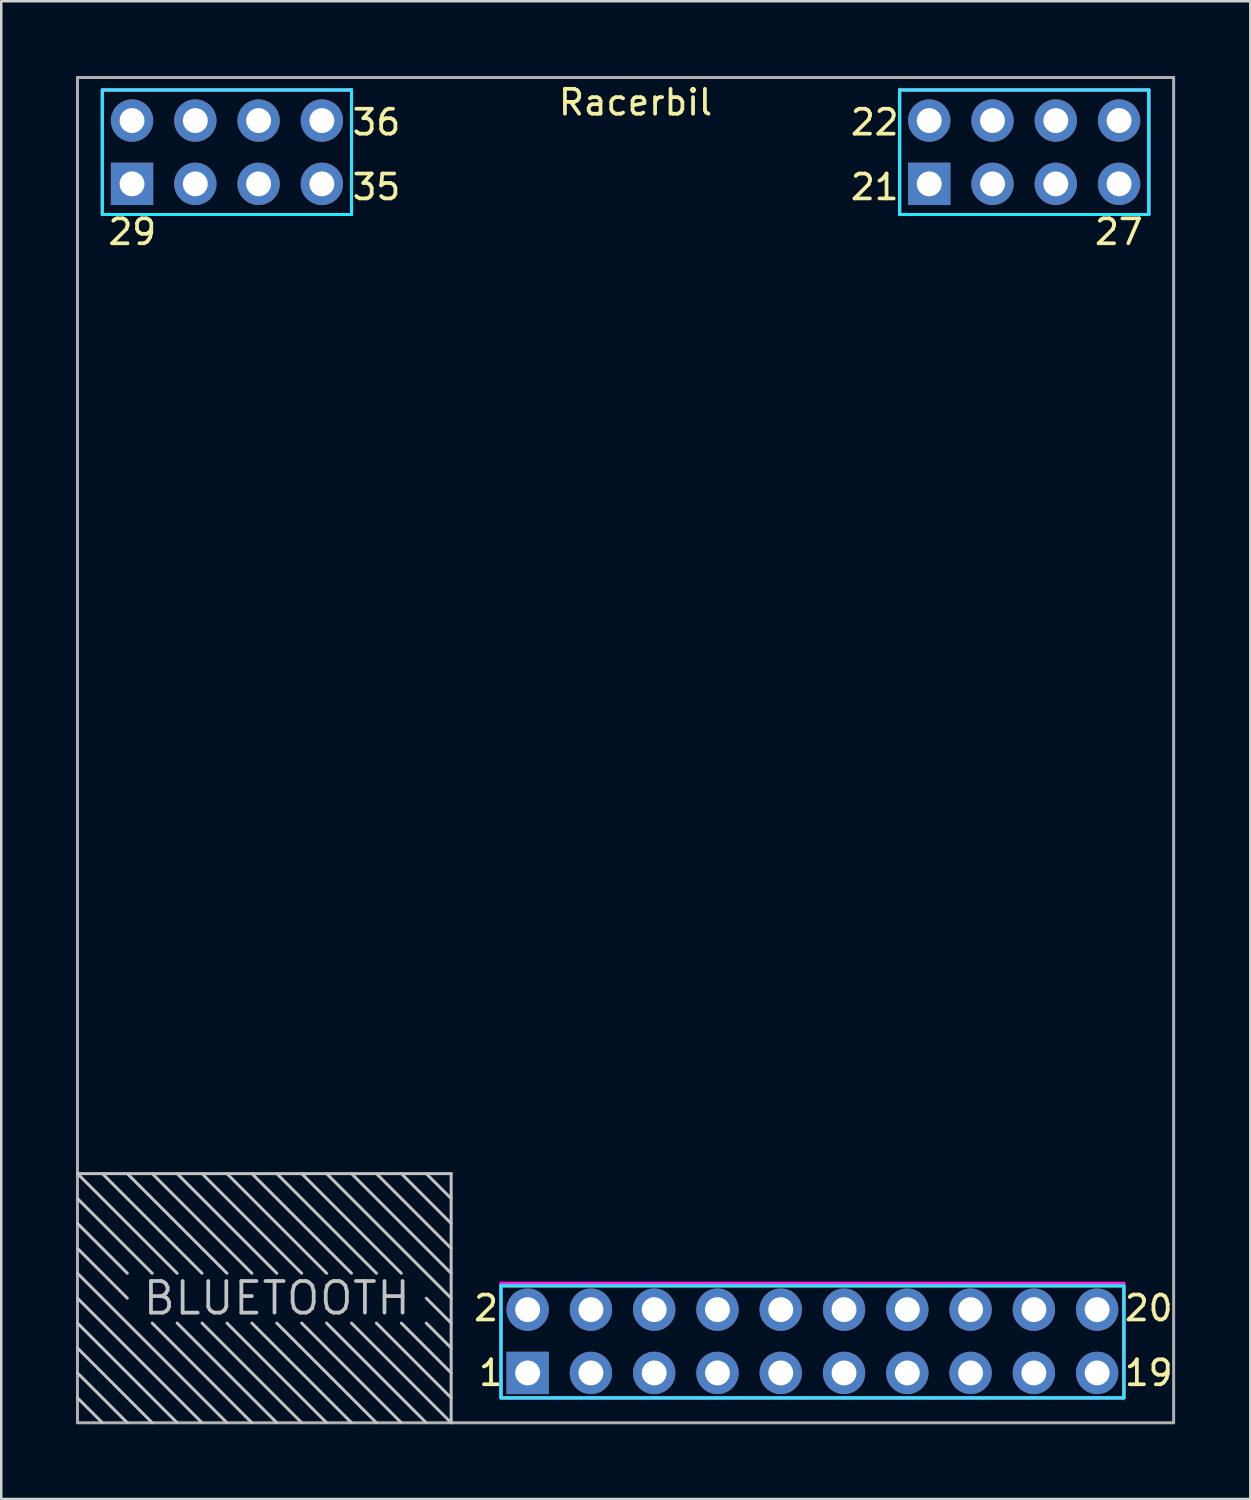
<source format=kicad_pcb>
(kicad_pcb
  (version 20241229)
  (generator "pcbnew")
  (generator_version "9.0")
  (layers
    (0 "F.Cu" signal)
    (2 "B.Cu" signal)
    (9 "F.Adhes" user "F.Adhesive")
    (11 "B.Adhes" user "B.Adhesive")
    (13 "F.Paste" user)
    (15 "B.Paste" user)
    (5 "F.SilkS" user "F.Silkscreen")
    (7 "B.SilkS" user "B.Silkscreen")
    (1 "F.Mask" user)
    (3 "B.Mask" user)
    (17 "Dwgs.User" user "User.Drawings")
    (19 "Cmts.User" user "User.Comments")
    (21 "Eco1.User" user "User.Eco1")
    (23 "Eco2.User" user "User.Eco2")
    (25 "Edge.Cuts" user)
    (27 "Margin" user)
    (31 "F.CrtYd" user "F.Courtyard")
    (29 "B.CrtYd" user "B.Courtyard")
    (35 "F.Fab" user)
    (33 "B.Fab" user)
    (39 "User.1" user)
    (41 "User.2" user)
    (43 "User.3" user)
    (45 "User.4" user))
  (footprint "Racerbil"
    (layer "F.Cu")
    (at 22.06 27.06)
    (property "Reference" "Racerbil" (at 0.4 -26 0) (layer "F.SilkS") (effects (font (size 1 1) (thickness 0.15))))
    (attr through_hole)
    (fp_line (start -21 -26.5) (end -11 -26.5) (stroke (width 0.12) (type solid)) (layer "F.SilkS"))
    (fp_line (start -21 -21.5) (end -21 -26.5) (stroke (width 0.12) (type solid)) (layer "F.SilkS"))
    (fp_line (start -11 -26.5) (end -11 -21.5) (stroke (width 0.12) (type solid)) (layer "F.SilkS"))
    (fp_line (start -11 -21.5) (end -21 -21.5) (stroke (width 0.12) (type solid)) (layer "F.SilkS"))
    (fp_line (start -5 21.5) (end 20 21.5) (stroke (width 0.12) (type solid)) (layer "F.SilkS"))
    (fp_line (start -5 26) (end -5 21.5) (stroke (width 0.12) (type solid)) (layer "F.SilkS"))
    (fp_line (start 11 -26.5) (end 21 -26.5) (stroke (width 0.12) (type solid)) (layer "F.SilkS"))
    (fp_line (start 11 -21.5) (end 11 -26.5) (stroke (width 0.12) (type solid)) (layer "F.SilkS"))
    (fp_line (start 20 21.5) (end 20 26) (stroke (width 0.12) (type solid)) (layer "F.SilkS"))
    (fp_line (start 20 26) (end -5 26) (stroke (width 0.12) (type solid)) (layer "F.SilkS"))
    (fp_line (start 21 -26.5) (end 21 -21.5) (stroke (width 0.12) (type solid)) (layer "F.SilkS"))
    (fp_line (start 21 -21.5) (end 11 -21.5) (stroke (width 0.12) (type solid)) (layer "F.SilkS"))
    (fp_line (start -21 -26.5) (end -11 -26.5) (stroke (width 0.12) (type solid)) (layer "B.SilkS"))
    (fp_line (start -21 -21.5) (end -21 -26.5) (stroke (width 0.12) (type solid)) (layer "B.SilkS"))
    (fp_line (start -11 -26.5) (end -11 -21.5) (stroke (width 0.12) (type solid)) (layer "B.SilkS"))
    (fp_line (start -11 -21.5) (end -21 -21.5) (stroke (width 0.12) (type solid)) (layer "B.SilkS"))
    (fp_line (start -5 21.5) (end -5 26) (stroke (width 0.12) (type solid)) (layer "B.SilkS"))
    (fp_line (start -5 26) (end 20 26) (stroke (width 0.12) (type solid)) (layer "B.SilkS"))
    (fp_line (start 11 -26.5) (end 21 -26.5) (stroke (width 0.12) (type solid)) (layer "B.SilkS"))
    (fp_line (start 11 -21.5) (end 11 -26.5) (stroke (width 0.12) (type solid)) (layer "B.SilkS"))
    (fp_line (start 20 21.5) (end -5 21.5) (stroke (width 0.12) (type solid)) (layer "B.SilkS"))
    (fp_line (start 20 26) (end 20 21.5) (stroke (width 0.12) (type solid)) (layer "B.SilkS"))
    (fp_line (start 21 -26.5) (end 21 -21.5) (stroke (width 0.12) (type solid)) (layer "B.SilkS"))
    (fp_line (start 21 -21.5) (end 11 -21.5) (stroke (width 0.12) (type solid)) (layer "B.SilkS"))
    (fp_line (start -22 20) (end -20 22) (stroke (width 0.12) (type solid)) (layer "Dwgs.User"))
    (fp_line (start -22 21) (end -16 27) (stroke (width 0.12) (type solid)) (layer "Dwgs.User"))
    (fp_line (start -22 23) (end -18 27) (stroke (width 0.12) (type solid)) (layer "Dwgs.User"))
    (fp_line (start -22 25) (end -20 27) (stroke (width 0.12) (type solid)) (layer "Dwgs.User"))
    (fp_line (start -21 17) (end -17 21) (stroke (width 0.12) (type solid)) (layer "Dwgs.User"))
    (fp_line (start -21 27) (end -22 26) (stroke (width 0.12) (type solid)) (layer "Dwgs.User"))
    (fp_line (start -20 17) (end -16 21) (stroke (width 0.12) (type solid)) (layer "Dwgs.User"))
    (fp_line (start -20 21) (end -22 19) (stroke (width 0.12) (type solid)) (layer "Dwgs.User"))
    (fp_line (start -19 17) (end -15 21) (stroke (width 0.12) (type solid)) (layer "Dwgs.User"))
    (fp_line (start -19 21) (end -22 18) (stroke (width 0.12) (type solid)) (layer "Dwgs.User"))
    (fp_line (start -19 27) (end -22 24) (stroke (width 0.12) (type solid)) (layer "Dwgs.User"))
    (fp_line (start -18 17) (end -14 21) (stroke (width 0.12) (type solid)) (layer "Dwgs.User"))
    (fp_line (start -18 21) (end -22 17) (stroke (width 0.12) (type solid)) (layer "Dwgs.User"))
    (fp_line (start -18 23) (end -14 27) (stroke (width 0.12) (type solid)) (layer "Dwgs.User"))
    (fp_line (start -17 17) (end -13 21) (stroke (width 0.12) (type solid)) (layer "Dwgs.User"))
    (fp_line (start -17 23) (end -13 27) (stroke (width 0.12) (type solid)) (layer "Dwgs.User"))
    (fp_line (start -17 27) (end -22 22) (stroke (width 0.12) (type solid)) (layer "Dwgs.User"))
    (fp_line (start -16 17) (end -12 21) (stroke (width 0.12) (type solid)) (layer "Dwgs.User"))
    (fp_line (start -16 23) (end -12 27) (stroke (width 0.12) (type solid)) (layer "Dwgs.User"))
    (fp_line (start -15 17) (end -11 21) (stroke (width 0.12) (type solid)) (layer "Dwgs.User"))
    (fp_line (start -15 23) (end -11 27) (stroke (width 0.12) (type solid)) (layer "Dwgs.User"))
    (fp_line (start -15 27) (end -19 23) (stroke (width 0.12) (type solid)) (layer "Dwgs.User"))
    (fp_line (start -14 17) (end -10 21) (stroke (width 0.12) (type solid)) (layer "Dwgs.User"))
    (fp_line (start -14 23) (end -10 27) (stroke (width 0.12) (type solid)) (layer "Dwgs.User"))
    (fp_line (start -13 17) (end -9 21) (stroke (width 0.12) (type solid)) (layer "Dwgs.User"))
    (fp_line (start -13 23) (end -9 27) (stroke (width 0.12) (type solid)) (layer "Dwgs.User"))
    (fp_line (start -12 17) (end -7 22) (stroke (width 0.12) (type solid)) (layer "Dwgs.User"))
    (fp_line (start -12 23) (end -8 27) (stroke (width 0.12) (type solid)) (layer "Dwgs.User"))
    (fp_line (start -11 17) (end -7 21) (stroke (width 0.12) (type solid)) (layer "Dwgs.User"))
    (fp_line (start -11 23) (end -7 27) (stroke (width 0.12) (type solid)) (layer "Dwgs.User"))
    (fp_line (start -10 17) (end -7 20) (stroke (width 0.12) (type solid)) (layer "Dwgs.User"))
    (fp_line (start -10 23) (end -7 26) (stroke (width 0.12) (type solid)) (layer "Dwgs.User"))
    (fp_line (start -9 17) (end -7 19) (stroke (width 0.12) (type solid)) (layer "Dwgs.User"))
    (fp_line (start -9 23) (end -7 25) (stroke (width 0.12) (type solid)) (layer "Dwgs.User"))
    (fp_line (start -8 17) (end -7 18) (stroke (width 0.12) (type solid)) (layer "Dwgs.User"))
    (fp_line (start -8 22) (end -7 23) (stroke (width 0.12) (type solid)) (layer "Dwgs.User"))
    (fp_line (start -8 23) (end -7 24) (stroke (width 0.12) (type solid)) (layer "Dwgs.User"))
    (fp_line (start -7 17) (end -22 17) (stroke (width 0.12) (type solid)) (layer "Dwgs.User"))
    (fp_line (start -7 27) (end -7 17) (stroke (width 0.12) (type solid)) (layer "Dwgs.User"))
    (fp_line (start -21 -26.5) (end -21 -21.5) (stroke (width 0.12) (type solid)) (layer "B.CrtYd"))
    (fp_line (start -21 -21.5) (end -11 -21.5) (stroke (width 0.12) (type solid)) (layer "B.CrtYd"))
    (fp_line (start -11 -26.5) (end -21 -26.5) (stroke (width 0.12) (type solid)) (layer "B.CrtYd"))
    (fp_line (start -11 -21.5) (end -11 -26.5) (stroke (width 0.12) (type solid)) (layer "B.CrtYd"))
    (fp_line (start -5 21.5) (end -5 26) (stroke (width 0.12) (type solid)) (layer "B.CrtYd"))
    (fp_line (start -5 26) (end 20 26) (stroke (width 0.12) (type solid)) (layer "B.CrtYd"))
    (fp_line (start 11 -26.5) (end 21 -26.5) (stroke (width 0.12) (type solid)) (layer "B.CrtYd"))
    (fp_line (start 11 -21.5) (end 11 -26.5) (stroke (width 0.12) (type solid)) (layer "B.CrtYd"))
    (fp_line (start 20 21.5) (end -5 21.5) (stroke (width 0.12) (type solid)) (layer "B.CrtYd"))
    (fp_line (start 20 26) (end 20 21.5) (stroke (width 0.12) (type solid)) (layer "B.CrtYd"))
    (fp_line (start 21 -26.5) (end 21 -21.5) (stroke (width 0.12) (type solid)) (layer "B.CrtYd"))
    (fp_line (start 21 -21.5) (end 11 -21.5) (stroke (width 0.12) (type solid)) (layer "B.CrtYd"))
    (fp_line (start -21 -26.5) (end -21 -21.5) (stroke (width 0.12) (type solid)) (layer "F.CrtYd"))
    (fp_line (start -21 -21.5) (end -11 -21.5) (stroke (width 0.12) (type solid)) (layer "F.CrtYd"))
    (fp_line (start -11 -26.5) (end -21 -26.5) (stroke (width 0.12) (type solid)) (layer "F.CrtYd"))
    (fp_line (start -11 -21.5) (end -11 -26.5) (stroke (width 0.12) (type solid)) (layer "F.CrtYd"))
    (fp_line (start -5 26) (end -5 21.4) (stroke (width 0.12) (type solid)) (layer "F.CrtYd"))
    (fp_line (start -5 26) (end 20 26) (stroke (width 0.12) (type solid)) (layer "F.CrtYd"))
    (fp_line (start 11 -26.5) (end 21 -26.5) (stroke (width 0.12) (type solid)) (layer "F.CrtYd"))
    (fp_line (start 11 -21.5) (end 11 -26.5) (stroke (width 0.12) (type solid)) (layer "F.CrtYd"))
    (fp_line (start 20 21.4) (end -5 21.4) (stroke (width 0.12) (type solid)) (layer "F.CrtYd"))
    (fp_line (start 20 26) (end 20 21.4) (stroke (width 0.12) (type solid)) (layer "F.CrtYd"))
    (fp_line (start 21 -26.5) (end 21 -21.5) (stroke (width 0.12) (type solid)) (layer "F.CrtYd"))
    (fp_line (start 21 -21.5) (end 11 -21.5) (stroke (width 0.12) (type solid)) (layer "F.CrtYd"))
    (fp_line (start -21 -26.5) (end -21 -21.5) (stroke (width 0.12) (type solid)) (layer "B.Fab"))
    (fp_line (start -21 -21.5) (end -11 -21.5) (stroke (width 0.12) (type solid)) (layer "B.Fab"))
    (fp_line (start -11 -26.5) (end -21 -26.5) (stroke (width 0.12) (type solid)) (layer "B.Fab"))
    (fp_line (start -11 -21.5) (end -11 -26.5) (stroke (width 0.12) (type solid)) (layer "B.Fab"))
    (fp_line (start -5 21.5) (end -5 26) (stroke (width 0.12) (type solid)) (layer "B.Fab"))
    (fp_line (start -5 26) (end 20 26) (stroke (width 0.12) (type solid)) (layer "B.Fab"))
    (fp_line (start 11 -26.5) (end 11 -21.5) (stroke (width 0.12) (type solid)) (layer "B.Fab"))
    (fp_line (start 11 -21.5) (end 21 -21.5) (stroke (width 0.12) (type solid)) (layer "B.Fab"))
    (fp_line (start 20 21.5) (end -5 21.5) (stroke (width 0.12) (type solid)) (layer "B.Fab"))
    (fp_line (start 20 26) (end 20 21.5) (stroke (width 0.12) (type solid)) (layer "B.Fab"))
    (fp_line (start 21 -26.5) (end 11 -26.5) (stroke (width 0.12) (type solid)) (layer "B.Fab"))
    (fp_line (start 21 -21.5) (end 21 -26.5) (stroke (width 0.12) (type solid)) (layer "B.Fab"))
    (fp_line (start -22 -27) (end 22 -27) (stroke (width 0.12) (type solid)) (layer "F.Fab"))
    (fp_line (start -22 27) (end -22 -27) (stroke (width 0.12) (type solid)) (layer "F.Fab"))
    (fp_line (start -21 -26.5) (end -21 -21.5) (stroke (width 0.12) (type solid)) (layer "F.Fab"))
    (fp_line (start -21 -21.5) (end -11 -21.5) (stroke (width 0.12) (type solid)) (layer "F.Fab"))
    (fp_line (start -11 -26.5) (end -21 -26.5) (stroke (width 0.12) (type solid)) (layer "F.Fab"))
    (fp_line (start -11 -21.5) (end -11 -26.5) (stroke (width 0.12) (type solid)) (layer "F.Fab"))
    (fp_line (start -5 21.5) (end -5 26) (stroke (width 0.12) (type solid)) (layer "F.Fab"))
    (fp_line (start -5 26) (end 20 26) (stroke (width 0.12) (type solid)) (layer "F.Fab"))
    (fp_line (start 11 -26.5) (end 11 -21.5) (stroke (width 0.12) (type solid)) (layer "F.Fab"))
    (fp_line (start 11 -21.5) (end 21 -21.5) (stroke (width 0.12) (type solid)) (layer "F.Fab"))
    (fp_line (start 20 21.5) (end -5 21.5) (stroke (width 0.12) (type solid)) (layer "F.Fab"))
    (fp_line (start 20 26) (end 20 21.5) (stroke (width 0.12) (type solid)) (layer "F.Fab"))
    (fp_line (start 21 -26.5) (end 11 -26.5) (stroke (width 0.12) (type solid)) (layer "F.Fab"))
    (fp_line (start 21 -21.5) (end 21 -26.5) (stroke (width 0.12) (type solid)) (layer "F.Fab"))
    (fp_line (start 22 -27) (end 22 27) (stroke (width 0.12) (type solid)) (layer "F.Fab"))
    (fp_line (start 22 27) (end -22 27) (stroke (width 0.12) (type solid)) (layer "F.Fab"))
    (fp_text user "2" (at -5.6 22.4 0) (layer "F.SilkS") (effects (font (size 1 1) (thickness 0.15))))
    (fp_text user "19" (at 21 25 0) (layer "F.SilkS") (effects (font (size 1 1) (thickness 0.15))))
    (fp_text user "35" (at -10 -22.6 0) (layer "F.SilkS") (effects (font (size 1 1) (thickness 0.15))))
    (fp_text user "20" (at 21 22.4 0) (layer "F.SilkS") (effects (font (size 1 1) (thickness 0.15))))
    (fp_text user "29" (at -19.8 -20.8 0) (layer "F.SilkS") (effects (font (size 1 1) (thickness 0.15))))
    (fp_text user "36" (at -10 -25.2 0) (layer "F.SilkS") (effects (font (size 1 1) (thickness 0.15))))
    (fp_text user "22" (at 10 -25.2 0) (layer "F.SilkS") (effects (font (size 1 1) (thickness 0.15))))
    (fp_text user "27" (at 19.8 -20.8 0) (layer "F.SilkS") (effects (font (size 1 1) (thickness 0.15))))
    (fp_text user "1" (at -5.4 25 0) (layer "F.SilkS") (effects (font (size 1 1) (thickness 0.15))))
    (fp_text user "21" (at 10 -22.6 0) (layer "F.SilkS") (effects (font (size 1 1) (thickness 0.15))))
    (fp_text user "BLUETOOTH" (at -14 22 0) (layer "Dwgs.User") (effects (font (size 1.27 1.27) (thickness 0.15))))
    (pad "1" thru_hole rect (at -3.93 25) (size 1.7 1.7) (drill 1) (layers "*.Cu" "*.Mask"))
    (pad "2" thru_hole circle (at -3.93 22.46) (size 1.7 1.7) (drill 1) (layers "*.Cu" "*.Mask"))
    (pad "3" thru_hole circle (at -1.39 25) (size 1.7 1.7) (drill 1) (layers "*.Cu" "*.Mask"))
    (pad "4" thru_hole circle (at -1.39 22.46) (size 1.7 1.7) (drill 1) (layers "*.Cu" "*.Mask"))
    (pad "5" thru_hole circle (at 1.15 25) (size 1.7 1.7) (drill 1) (layers "*.Cu" "*.Mask"))
    (pad "6" thru_hole circle (at 1.15 22.46) (size 1.7 1.7) (drill 1) (layers "*.Cu" "*.Mask"))
    (pad "7" thru_hole circle (at 3.69 25) (size 1.7 1.7) (drill 1) (layers "*.Cu" "*.Mask"))
    (pad "8" thru_hole circle (at 3.69 22.46) (size 1.7 1.7) (drill 1) (layers "*.Cu" "*.Mask"))
    (pad "9" thru_hole circle (at 6.23 25) (size 1.7 1.7) (drill 1) (layers "*.Cu" "*.Mask"))
    (pad "10" thru_hole circle (at 6.23 22.46) (size 1.7 1.7) (drill 1) (layers "*.Cu" "*.Mask"))
    (pad "11" thru_hole circle (at 8.77 25) (size 1.7 1.7) (drill 1) (layers "*.Cu" "*.Mask"))
    (pad "12" thru_hole circle (at 8.77 22.46) (size 1.7 1.7) (drill 1) (layers "*.Cu" "*.Mask"))
    (pad "13" thru_hole circle (at 11.31 25) (size 1.7 1.7) (drill 1) (layers "*.Cu" "*.Mask"))
    (pad "14" thru_hole circle (at 11.31 22.46) (size 1.7 1.7) (drill 1) (layers "*.Cu" "*.Mask"))
    (pad "15" thru_hole circle (at 13.85 25) (size 1.7 1.7) (drill 1) (layers "*.Cu" "*.Mask"))
    (pad "16" thru_hole circle (at 13.85 22.46) (size 1.7 1.7) (drill 1) (layers "*.Cu" "*.Mask"))
    (pad "17" thru_hole circle (at 16.39 25) (size 1.7 1.7) (drill 1) (layers "*.Cu" "*.Mask"))
    (pad "18" thru_hole circle (at 16.39 22.46) (size 1.7 1.7) (drill 1) (layers "*.Cu" "*.Mask"))
    (pad "19" thru_hole circle (at 18.93 25) (size 1.7 1.7) (drill 1) (layers "*.Cu" "*.Mask"))
    (pad "20" thru_hole circle (at 18.93 22.46) (size 1.7 1.7) (drill 1) (layers "*.Cu" "*.Mask"))
    (pad "21" thru_hole rect (at 12.19 -22.73) (size 1.7 1.7) (drill 1) (layers "*.Cu" "*.Mask"))
    (pad "22" thru_hole circle (at 12.19 -25.27) (size 1.7 1.7) (drill 1) (layers "*.Cu" "*.Mask"))
    (pad "23" thru_hole circle (at 14.73 -22.73) (size 1.7 1.7) (drill 1) (layers "*.Cu" "*.Mask"))
    (pad "24" thru_hole circle (at 14.73 -25.27) (size 1.7 1.7) (drill 1) (layers "*.Cu" "*.Mask"))
    (pad "25" thru_hole circle (at 17.27 -22.73) (size 1.7 1.7) (drill 1) (layers "*.Cu" "*.Mask"))
    (pad "26" thru_hole circle (at 17.27 -25.27) (size 1.7 1.7) (drill 1) (layers "*.Cu" "*.Mask"))
    (pad "27" thru_hole circle (at 19.81 -22.73) (size 1.7 1.7) (drill 1) (layers "*.Cu" "*.Mask"))
    (pad "28" thru_hole circle (at 19.81 -25.27) (size 1.7 1.7) (drill 1) (layers "*.Cu" "*.Mask"))
    (pad "29" thru_hole rect (at -19.81 -22.73) (size 1.7 1.7) (drill 1) (layers "*.Cu" "*.Mask"))
    (pad "30" thru_hole circle (at -19.81 -25.27) (size 1.7 1.7) (drill 1) (layers "*.Cu" "*.Mask"))
    (pad "31" thru_hole circle (at -17.27 -22.73) (size 1.7 1.7) (drill 1) (layers "*.Cu" "*.Mask"))
    (pad "32" thru_hole circle (at -17.27 -25.27) (size 1.7 1.7) (drill 1) (layers "*.Cu" "*.Mask"))
    (pad "33" thru_hole circle (at -14.73 -22.73) (size 1.7 1.7) (drill 1) (layers "*.Cu" "*.Mask"))
    (pad "34" thru_hole circle (at -14.73 -25.27) (size 1.7 1.7) (drill 1) (layers "*.Cu" "*.Mask"))
    (pad "35" thru_hole circle (at -12.19 -22.73) (size 1.7 1.7) (drill 1) (layers "*.Cu" "*.Mask"))
    (pad "36" thru_hole circle (at -12.19 -25.27) (size 1.7 1.7) (drill 1) (layers "*.Cu" "*.Mask")))
  (gr_rect
    (start -3 -3)
    (end 47.137 57.12)
    (stroke (width 0.1) (type default))
    (fill no)
    (layer "Edge.Cuts")))
</source>
